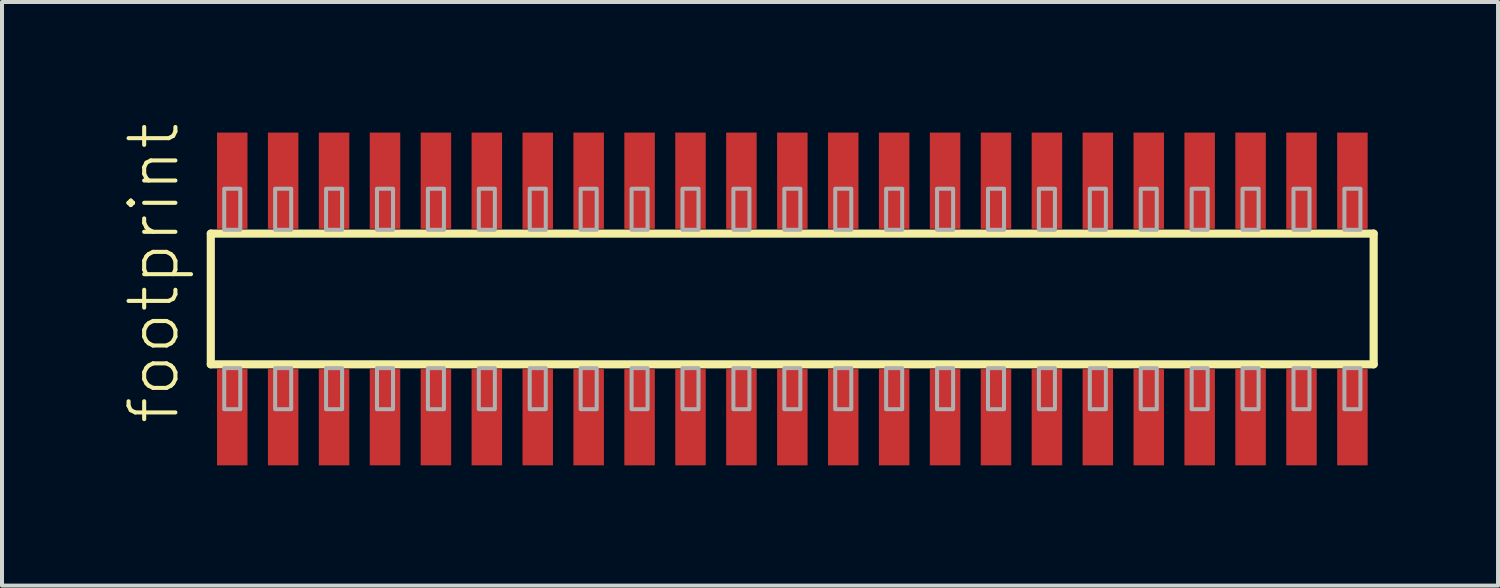
<source format=kicad_pcb>
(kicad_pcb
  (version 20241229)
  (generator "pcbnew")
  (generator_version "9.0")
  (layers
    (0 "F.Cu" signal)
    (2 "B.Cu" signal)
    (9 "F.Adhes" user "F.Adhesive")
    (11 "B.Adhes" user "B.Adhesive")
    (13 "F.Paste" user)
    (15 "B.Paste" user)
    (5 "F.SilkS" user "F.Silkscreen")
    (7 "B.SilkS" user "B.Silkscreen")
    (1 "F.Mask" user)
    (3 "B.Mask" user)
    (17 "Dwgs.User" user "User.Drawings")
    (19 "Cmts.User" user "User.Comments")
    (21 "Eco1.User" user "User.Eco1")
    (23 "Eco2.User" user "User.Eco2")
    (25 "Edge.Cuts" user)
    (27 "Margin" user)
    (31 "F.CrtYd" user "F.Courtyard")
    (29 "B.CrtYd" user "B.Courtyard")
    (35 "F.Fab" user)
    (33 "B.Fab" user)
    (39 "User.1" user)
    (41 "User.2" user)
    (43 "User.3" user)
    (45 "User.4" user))
  (footprint "footprint"
    (layer "F.Cu")
    (at 16.713 4.407)
    (property "Reference" "footprint" (at -15.24 3.175 90) (layer "F.SilkS") (effects (font (size 1.168 1.168) (thickness 0.102)) (justify left bottom)))
    (fp_line (start -14.505 -1.63) (end 14.5 -1.63) (stroke (width 0.203) (type solid)) (layer "F.SilkS"))
    (fp_line (start -14.505 1.63) (end -14.505 -1.63) (stroke (width 0.203) (type solid)) (layer "F.SilkS"))
    (fp_line (start 14.5 -1.63) (end 14.5 1.63) (stroke (width 0.203) (type solid)) (layer "F.SilkS"))
    (fp_line (start 14.5 1.63) (end -14.505 1.63) (stroke (width 0.203) (type solid)) (layer "F.SilkS"))
    (fp_poly (pts (xy -14.17 -1.725) (xy -13.77 -1.725) (xy -13.77 -2.75) (xy -14.17 -2.75)) (stroke (width 0.1) (type solid)) (fill no) (layer "F.Fab"))
    (fp_poly (pts (xy -13.77 1.725) (xy -14.17 1.725) (xy -14.17 2.75) (xy -13.77 2.75)) (stroke (width 0.1) (type solid)) (fill no) (layer "F.Fab"))
    (fp_poly (pts (xy -12.9 -1.725) (xy -12.5 -1.725) (xy -12.5 -2.75) (xy -12.9 -2.75)) (stroke (width 0.1) (type solid)) (fill no) (layer "F.Fab"))
    (fp_poly (pts (xy -12.5 1.725) (xy -12.9 1.725) (xy -12.9 2.75) (xy -12.5 2.75)) (stroke (width 0.1) (type solid)) (fill no) (layer "F.Fab"))
    (fp_poly (pts (xy -11.63 -1.725) (xy -11.23 -1.725) (xy -11.23 -2.75) (xy -11.63 -2.75)) (stroke (width 0.1) (type solid)) (fill no) (layer "F.Fab"))
    (fp_poly (pts (xy -11.23 1.725) (xy -11.63 1.725) (xy -11.63 2.75) (xy -11.23 2.75)) (stroke (width 0.1) (type solid)) (fill no) (layer "F.Fab"))
    (fp_poly (pts (xy -10.36 -1.725) (xy -9.96 -1.725) (xy -9.96 -2.75) (xy -10.36 -2.75)) (stroke (width 0.1) (type solid)) (fill no) (layer "F.Fab"))
    (fp_poly (pts (xy -9.96 1.725) (xy -10.36 1.725) (xy -10.36 2.75) (xy -9.96 2.75)) (stroke (width 0.1) (type solid)) (fill no) (layer "F.Fab"))
    (fp_poly (pts (xy -9.09 -1.725) (xy -8.69 -1.725) (xy -8.69 -2.75) (xy -9.09 -2.75)) (stroke (width 0.1) (type solid)) (fill no) (layer "F.Fab"))
    (fp_poly (pts (xy -8.69 1.725) (xy -9.09 1.725) (xy -9.09 2.75) (xy -8.69 2.75)) (stroke (width 0.1) (type solid)) (fill no) (layer "F.Fab"))
    (fp_poly (pts (xy -7.82 -1.725) (xy -7.42 -1.725) (xy -7.42 -2.75) (xy -7.82 -2.75)) (stroke (width 0.1) (type solid)) (fill no) (layer "F.Fab"))
    (fp_poly (pts (xy -7.42 1.725) (xy -7.82 1.725) (xy -7.82 2.75) (xy -7.42 2.75)) (stroke (width 0.1) (type solid)) (fill no) (layer "F.Fab"))
    (fp_poly (pts (xy -6.55 -1.725) (xy -6.15 -1.725) (xy -6.15 -2.75) (xy -6.55 -2.75)) (stroke (width 0.1) (type solid)) (fill no) (layer "F.Fab"))
    (fp_poly (pts (xy -6.15 1.725) (xy -6.55 1.725) (xy -6.55 2.75) (xy -6.15 2.75)) (stroke (width 0.1) (type solid)) (fill no) (layer "F.Fab"))
    (fp_poly (pts (xy -5.28 -1.725) (xy -4.88 -1.725) (xy -4.88 -2.75) (xy -5.28 -2.75)) (stroke (width 0.1) (type solid)) (fill no) (layer "F.Fab"))
    (fp_poly (pts (xy -4.88 1.725) (xy -5.28 1.725) (xy -5.28 2.75) (xy -4.88 2.75)) (stroke (width 0.1) (type solid)) (fill no) (layer "F.Fab"))
    (fp_poly (pts (xy -4.01 -1.725) (xy -3.61 -1.725) (xy -3.61 -2.75) (xy -4.01 -2.75)) (stroke (width 0.1) (type solid)) (fill no) (layer "F.Fab"))
    (fp_poly (pts (xy -3.61 1.725) (xy -4.01 1.725) (xy -4.01 2.75) (xy -3.61 2.75)) (stroke (width 0.1) (type solid)) (fill no) (layer "F.Fab"))
    (fp_poly (pts (xy -2.74 -1.725) (xy -2.34 -1.725) (xy -2.34 -2.75) (xy -2.74 -2.75)) (stroke (width 0.1) (type solid)) (fill no) (layer "F.Fab"))
    (fp_poly (pts (xy -2.34 1.725) (xy -2.74 1.725) (xy -2.74 2.75) (xy -2.34 2.75)) (stroke (width 0.1) (type solid)) (fill no) (layer "F.Fab"))
    (fp_poly (pts (xy -1.47 -1.725) (xy -1.07 -1.725) (xy -1.07 -2.75) (xy -1.47 -2.75)) (stroke (width 0.1) (type solid)) (fill no) (layer "F.Fab"))
    (fp_poly (pts (xy -1.07 1.725) (xy -1.47 1.725) (xy -1.47 2.75) (xy -1.07 2.75)) (stroke (width 0.1) (type solid)) (fill no) (layer "F.Fab"))
    (fp_poly (pts (xy -0.2 -1.725) (xy 0.2 -1.725) (xy 0.2 -2.75) (xy -0.2 -2.75)) (stroke (width 0.1) (type solid)) (fill no) (layer "F.Fab"))
    (fp_poly (pts (xy 0.2 1.725) (xy -0.2 1.725) (xy -0.2 2.75) (xy 0.2 2.75)) (stroke (width 0.1) (type solid)) (fill no) (layer "F.Fab"))
    (fp_poly (pts (xy 1.07 -1.725) (xy 1.47 -1.725) (xy 1.47 -2.75) (xy 1.07 -2.75)) (stroke (width 0.1) (type solid)) (fill no) (layer "F.Fab"))
    (fp_poly (pts (xy 1.47 1.725) (xy 1.07 1.725) (xy 1.07 2.75) (xy 1.47 2.75)) (stroke (width 0.1) (type solid)) (fill no) (layer "F.Fab"))
    (fp_poly (pts (xy 2.34 -1.725) (xy 2.74 -1.725) (xy 2.74 -2.75) (xy 2.34 -2.75)) (stroke (width 0.1) (type solid)) (fill no) (layer "F.Fab"))
    (fp_poly (pts (xy 2.74 1.725) (xy 2.34 1.725) (xy 2.34 2.75) (xy 2.74 2.75)) (stroke (width 0.1) (type solid)) (fill no) (layer "F.Fab"))
    (fp_poly (pts (xy 3.61 -1.725) (xy 4.01 -1.725) (xy 4.01 -2.75) (xy 3.61 -2.75)) (stroke (width 0.1) (type solid)) (fill no) (layer "F.Fab"))
    (fp_poly (pts (xy 4.01 1.725) (xy 3.61 1.725) (xy 3.61 2.75) (xy 4.01 2.75)) (stroke (width 0.1) (type solid)) (fill no) (layer "F.Fab"))
    (fp_poly (pts (xy 4.88 -1.725) (xy 5.28 -1.725) (xy 5.28 -2.75) (xy 4.88 -2.75)) (stroke (width 0.1) (type solid)) (fill no) (layer "F.Fab"))
    (fp_poly (pts (xy 5.28 1.725) (xy 4.88 1.725) (xy 4.88 2.75) (xy 5.28 2.75)) (stroke (width 0.1) (type solid)) (fill no) (layer "F.Fab"))
    (fp_poly (pts (xy 6.15 -1.725) (xy 6.55 -1.725) (xy 6.55 -2.75) (xy 6.15 -2.75)) (stroke (width 0.1) (type solid)) (fill no) (layer "F.Fab"))
    (fp_poly (pts (xy 6.55 1.725) (xy 6.15 1.725) (xy 6.15 2.75) (xy 6.55 2.75)) (stroke (width 0.1) (type solid)) (fill no) (layer "F.Fab"))
    (fp_poly (pts (xy 7.42 -1.725) (xy 7.82 -1.725) (xy 7.82 -2.75) (xy 7.42 -2.75)) (stroke (width 0.1) (type solid)) (fill no) (layer "F.Fab"))
    (fp_poly (pts (xy 7.82 1.725) (xy 7.42 1.725) (xy 7.42 2.75) (xy 7.82 2.75)) (stroke (width 0.1) (type solid)) (fill no) (layer "F.Fab"))
    (fp_poly (pts (xy 8.69 -1.725) (xy 9.09 -1.725) (xy 9.09 -2.75) (xy 8.69 -2.75)) (stroke (width 0.1) (type solid)) (fill no) (layer "F.Fab"))
    (fp_poly (pts (xy 9.09 1.725) (xy 8.69 1.725) (xy 8.69 2.75) (xy 9.09 2.75)) (stroke (width 0.1) (type solid)) (fill no) (layer "F.Fab"))
    (fp_poly (pts (xy 9.96 -1.725) (xy 10.36 -1.725) (xy 10.36 -2.75) (xy 9.96 -2.75)) (stroke (width 0.1) (type solid)) (fill no) (layer "F.Fab"))
    (fp_poly (pts (xy 10.36 1.725) (xy 9.96 1.725) (xy 9.96 2.75) (xy 10.36 2.75)) (stroke (width 0.1) (type solid)) (fill no) (layer "F.Fab"))
    (fp_poly (pts (xy 11.23 -1.725) (xy 11.63 -1.725) (xy 11.63 -2.75) (xy 11.23 -2.75)) (stroke (width 0.1) (type solid)) (fill no) (layer "F.Fab"))
    (fp_poly (pts (xy 11.63 1.725) (xy 11.23 1.725) (xy 11.23 2.75) (xy 11.63 2.75)) (stroke (width 0.1) (type solid)) (fill no) (layer "F.Fab"))
    (fp_poly (pts (xy 12.5 -1.725) (xy 12.9 -1.725) (xy 12.9 -2.75) (xy 12.5 -2.75)) (stroke (width 0.1) (type solid)) (fill no) (layer "F.Fab"))
    (fp_poly (pts (xy 12.9 1.725) (xy 12.5 1.725) (xy 12.5 2.75) (xy 12.9 2.75)) (stroke (width 0.1) (type solid)) (fill no) (layer "F.Fab"))
    (fp_poly (pts (xy 13.77 -1.725) (xy 14.17 -1.725) (xy 14.17 -2.75) (xy 13.77 -2.75)) (stroke (width 0.1) (type solid)) (fill no) (layer "F.Fab"))
    (fp_poly (pts (xy 14.17 1.725) (xy 13.77 1.725) (xy 13.77 2.75) (xy 14.17 2.75)) (stroke (width 0.1) (type solid)) (fill no) (layer "F.Fab"))
    (pad "1" smd rect (at -13.97 2.95) (size 0.76 2.4) (layers "F.Cu" "F.Mask" "F.Paste"))
    (pad "2" smd rect (at -13.97 -2.95) (size 0.76 2.4) (layers "F.Cu" "F.Mask" "F.Paste"))
    (pad "3" smd rect (at -12.7 2.95) (size 0.76 2.4) (layers "F.Cu" "F.Mask" "F.Paste"))
    (pad "4" smd rect (at -12.7 -2.95) (size 0.76 2.4) (layers "F.Cu" "F.Mask" "F.Paste"))
    (pad "5" smd rect (at -11.43 2.95) (size 0.76 2.4) (layers "F.Cu" "F.Mask" "F.Paste"))
    (pad "6" smd rect (at -11.43 -2.95) (size 0.76 2.4) (layers "F.Cu" "F.Mask" "F.Paste"))
    (pad "7" smd rect (at -10.16 2.95) (size 0.76 2.4) (layers "F.Cu" "F.Mask" "F.Paste"))
    (pad "8" smd rect (at -10.16 -2.95) (size 0.76 2.4) (layers "F.Cu" "F.Mask" "F.Paste"))
    (pad "9" smd rect (at -8.89 2.95) (size 0.76 2.4) (layers "F.Cu" "F.Mask" "F.Paste"))
    (pad "10" smd rect (at -8.89 -2.95) (size 0.76 2.4) (layers "F.Cu" "F.Mask" "F.Paste"))
    (pad "11" smd rect (at -7.62 2.95) (size 0.76 2.4) (layers "F.Cu" "F.Mask" "F.Paste"))
    (pad "12" smd rect (at -7.62 -2.95) (size 0.76 2.4) (layers "F.Cu" "F.Mask" "F.Paste"))
    (pad "13" smd rect (at -6.35 2.95) (size 0.76 2.4) (layers "F.Cu" "F.Mask" "F.Paste"))
    (pad "14" smd rect (at -6.35 -2.95) (size 0.76 2.4) (layers "F.Cu" "F.Mask" "F.Paste"))
    (pad "15" smd rect (at -5.08 2.95) (size 0.76 2.4) (layers "F.Cu" "F.Mask" "F.Paste"))
    (pad "16" smd rect (at -5.08 -2.95) (size 0.76 2.4) (layers "F.Cu" "F.Mask" "F.Paste"))
    (pad "17" smd rect (at -3.81 2.95) (size 0.76 2.4) (layers "F.Cu" "F.Mask" "F.Paste"))
    (pad "18" smd rect (at -3.81 -2.95) (size 0.76 2.4) (layers "F.Cu" "F.Mask" "F.Paste"))
    (pad "19" smd rect (at -2.54 2.95) (size 0.76 2.4) (layers "F.Cu" "F.Mask" "F.Paste"))
    (pad "20" smd rect (at -2.54 -2.95) (size 0.76 2.4) (layers "F.Cu" "F.Mask" "F.Paste"))
    (pad "21" smd rect (at -1.27 2.95) (size 0.76 2.4) (layers "F.Cu" "F.Mask" "F.Paste"))
    (pad "22" smd rect (at -1.27 -2.95) (size 0.76 2.4) (layers "F.Cu" "F.Mask" "F.Paste"))
    (pad "23" smd rect (at 0 2.95) (size 0.76 2.4) (layers "F.Cu" "F.Mask" "F.Paste"))
    (pad "24" smd rect (at 0 -2.95) (size 0.76 2.4) (layers "F.Cu" "F.Mask" "F.Paste"))
    (pad "25" smd rect (at 1.27 2.95) (size 0.76 2.4) (layers "F.Cu" "F.Mask" "F.Paste"))
    (pad "26" smd rect (at 1.27 -2.95) (size 0.76 2.4) (layers "F.Cu" "F.Mask" "F.Paste"))
    (pad "27" smd rect (at 2.54 2.95) (size 0.76 2.4) (layers "F.Cu" "F.Mask" "F.Paste"))
    (pad "28" smd rect (at 2.54 -2.95) (size 0.76 2.4) (layers "F.Cu" "F.Mask" "F.Paste"))
    (pad "29" smd rect (at 3.81 2.95) (size 0.76 2.4) (layers "F.Cu" "F.Mask" "F.Paste"))
    (pad "30" smd rect (at 3.81 -2.95) (size 0.76 2.4) (layers "F.Cu" "F.Mask" "F.Paste"))
    (pad "31" smd rect (at 5.08 2.95) (size 0.76 2.4) (layers "F.Cu" "F.Mask" "F.Paste"))
    (pad "32" smd rect (at 5.08 -2.95) (size 0.76 2.4) (layers "F.Cu" "F.Mask" "F.Paste"))
    (pad "33" smd rect (at 6.35 2.95) (size 0.76 2.4) (layers "F.Cu" "F.Mask" "F.Paste"))
    (pad "34" smd rect (at 6.35 -2.95) (size 0.76 2.4) (layers "F.Cu" "F.Mask" "F.Paste"))
    (pad "35" smd rect (at 7.62 2.95) (size 0.76 2.4) (layers "F.Cu" "F.Mask" "F.Paste"))
    (pad "36" smd rect (at 7.62 -2.95) (size 0.76 2.4) (layers "F.Cu" "F.Mask" "F.Paste"))
    (pad "37" smd rect (at 8.89 2.95) (size 0.76 2.4) (layers "F.Cu" "F.Mask" "F.Paste"))
    (pad "38" smd rect (at 8.89 -2.95) (size 0.76 2.4) (layers "F.Cu" "F.Mask" "F.Paste"))
    (pad "39" smd rect (at 10.16 2.95) (size 0.76 2.4) (layers "F.Cu" "F.Mask" "F.Paste"))
    (pad "40" smd rect (at 10.16 -2.95) (size 0.76 2.4) (layers "F.Cu" "F.Mask" "F.Paste"))
    (pad "41" smd rect (at 11.43 2.95) (size 0.76 2.4) (layers "F.Cu" "F.Mask" "F.Paste"))
    (pad "42" smd rect (at 11.43 -2.95) (size 0.76 2.4) (layers "F.Cu" "F.Mask" "F.Paste"))
    (pad "43" smd rect (at 12.7 2.95) (size 0.76 2.4) (layers "F.Cu" "F.Mask" "F.Paste"))
    (pad "44" smd rect (at 12.7 -2.95) (size 0.76 2.4) (layers "F.Cu" "F.Mask" "F.Paste"))
    (pad "45" smd rect (at 13.97 2.95) (size 0.76 2.4) (layers "F.Cu" "F.Mask" "F.Paste"))
    (pad "46" smd rect (at 13.97 -2.95) (size 0.76 2.4) (layers "F.Cu" "F.Mask" "F.Paste")))
  (gr_rect
    (start -3 -3)
    (end 34.315 11.557)
    (stroke (width 0.1) (type default))
    (fill no)
    (layer "Edge.Cuts")))
</source>
